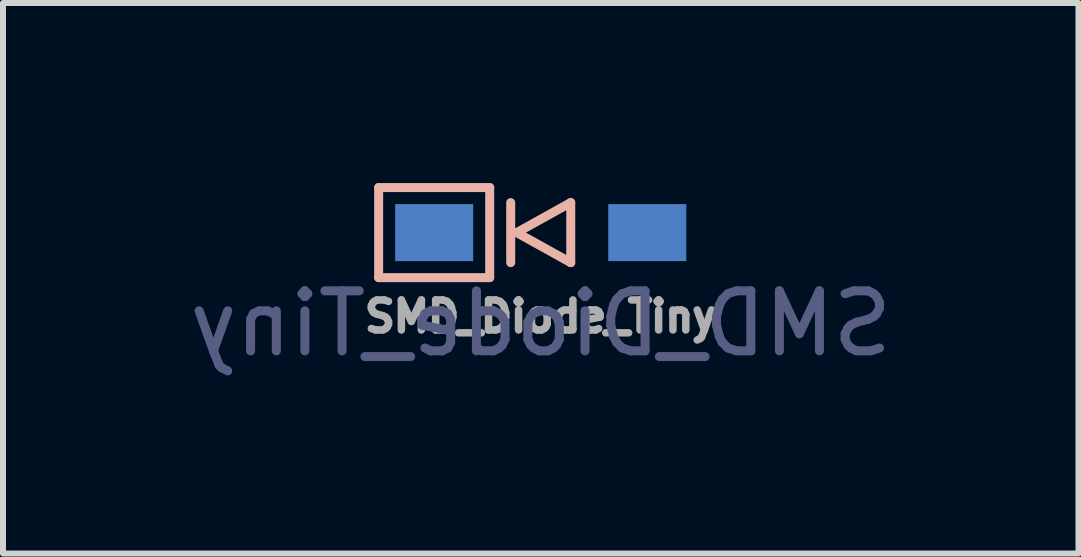
<source format=kicad_pcb>
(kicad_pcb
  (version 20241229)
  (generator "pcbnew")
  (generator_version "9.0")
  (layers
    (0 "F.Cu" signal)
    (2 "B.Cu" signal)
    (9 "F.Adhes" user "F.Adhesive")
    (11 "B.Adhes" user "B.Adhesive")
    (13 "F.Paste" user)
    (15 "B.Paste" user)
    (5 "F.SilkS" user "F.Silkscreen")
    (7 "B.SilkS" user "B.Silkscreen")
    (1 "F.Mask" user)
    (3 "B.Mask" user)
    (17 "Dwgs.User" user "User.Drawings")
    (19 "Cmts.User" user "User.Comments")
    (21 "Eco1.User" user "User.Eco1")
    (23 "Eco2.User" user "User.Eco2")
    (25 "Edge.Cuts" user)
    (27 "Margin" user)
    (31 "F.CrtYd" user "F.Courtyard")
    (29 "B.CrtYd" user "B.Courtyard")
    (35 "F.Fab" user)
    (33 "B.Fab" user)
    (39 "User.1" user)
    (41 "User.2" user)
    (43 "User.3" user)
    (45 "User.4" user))
  (footprint "SMD_Diode_Tiny"
    (layer "F.Cu")
    (at 5.958 0.825)
    (property "Reference" "SMD_Diode_Tiny" (at 0 1.397 0) (layer "F.Fab") (effects (font (size 0.5 0.5) (thickness 0.125))))
    (fp_poly (pts (xy -2.375 -0.425) (xy -1.175 -0.425) (xy -1.175 0.425) (xy -2.375 0.425)) (stroke (width 0.1) (type solid)) (fill yes) (layer "B.Mask"))
    (fp_poly (pts (xy 1.175 -0.425) (xy 2.375 -0.425) (xy 2.375 0.425) (xy 1.175 0.425)) (stroke (width 0.1) (type solid)) (fill yes) (layer "B.Mask"))
    (fp_line (start -2.7 -0.75) (end -2.7 0.75) (stroke (width 0.15) (type solid)) (layer "B.SilkS"))
    (fp_line (start -2.7 0.75) (end -0.85 0.75) (stroke (width 0.15) (type solid)) (layer "B.SilkS"))
    (fp_line (start -0.85 -0.75) (end -2.7 -0.75) (stroke (width 0.15) (type solid)) (layer "B.SilkS"))
    (fp_line (start -0.85 -0.75) (end -0.85 0.75) (stroke (width 0.15) (type solid)) (layer "B.SilkS"))
    (fp_line (start -0.5 0.5) (end -0.5 -0.5) (stroke (width 0.15) (type solid)) (layer "B.SilkS"))
    (fp_line (start -0.4 0) (end 0.5 0.5) (stroke (width 0.15) (type solid)) (layer "B.SilkS"))
    (fp_line (start 0.5 -0.5) (end -0.4 0) (stroke (width 0.15) (type solid)) (layer "B.SilkS"))
    (fp_line (start 0.5 0.5) (end 0.5 -0.5) (stroke (width 0.15) (type solid)) (layer "B.SilkS"))
    (fp_text user "${REFERENCE}" (at 0 2.1 0) (unlocked yes) (layer "B.Fab") (effects (font (size 1 1) (thickness 0.15)) (justify bottom mirror)))
    (pad "1" smd rect (at -1.775 0) (size 1.3 0.95) (layers "B.Cu"))
    (pad "2" smd rect (at 1.775 0) (size 1.3 0.95) (layers "B.Cu")))
  (gr_rect
    (start -3 -3)
    (end 14.917 6.171)
    (stroke (width 0.1) (type default))
    (fill no)
    (layer "Edge.Cuts")))
</source>
